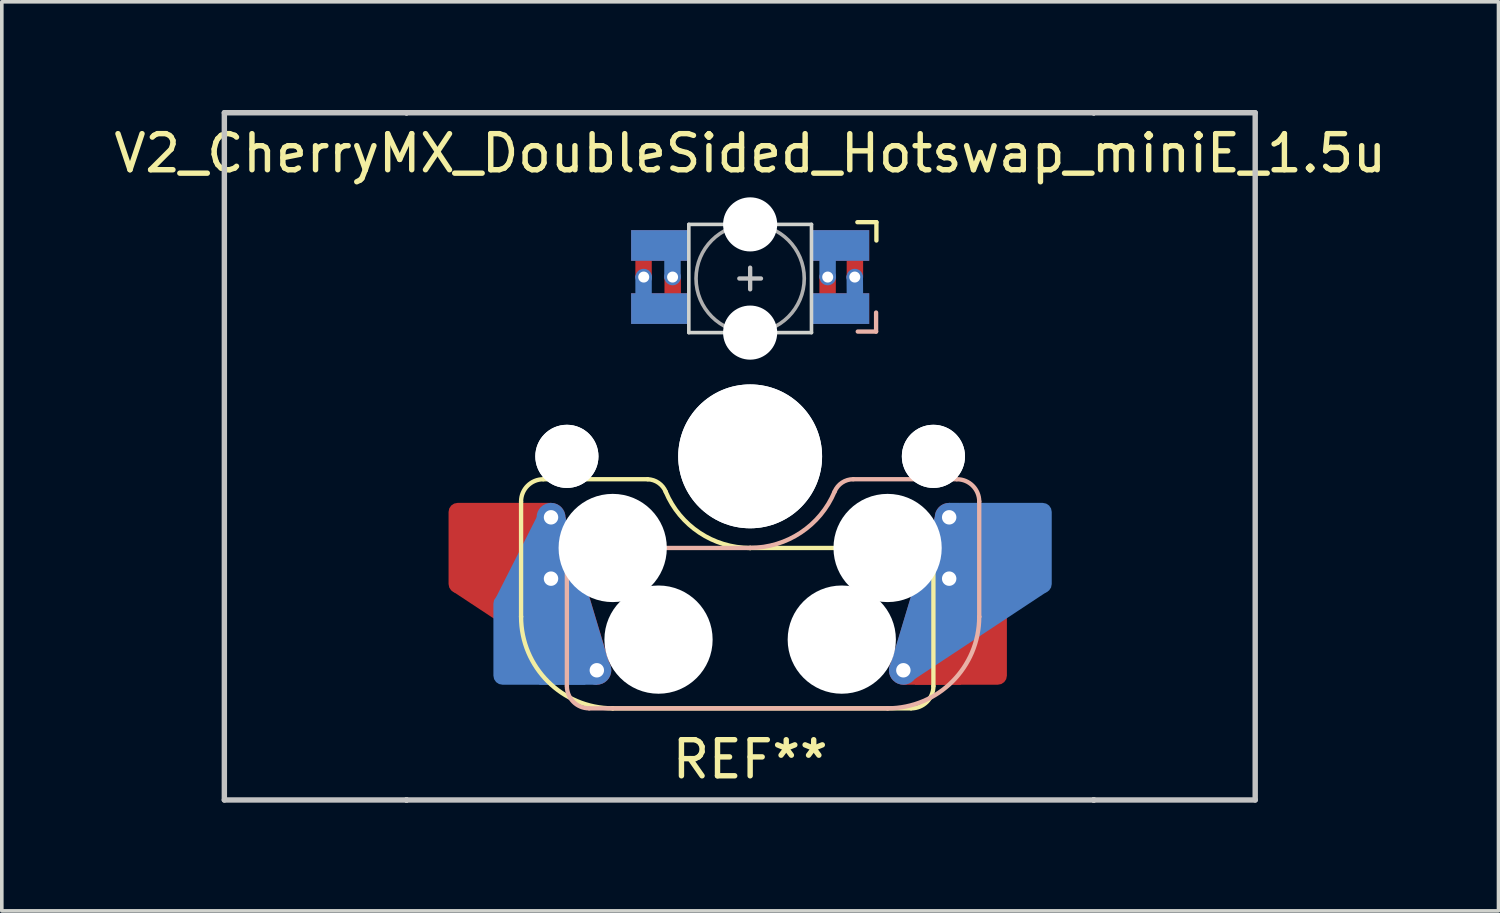
<source format=kicad_pcb>
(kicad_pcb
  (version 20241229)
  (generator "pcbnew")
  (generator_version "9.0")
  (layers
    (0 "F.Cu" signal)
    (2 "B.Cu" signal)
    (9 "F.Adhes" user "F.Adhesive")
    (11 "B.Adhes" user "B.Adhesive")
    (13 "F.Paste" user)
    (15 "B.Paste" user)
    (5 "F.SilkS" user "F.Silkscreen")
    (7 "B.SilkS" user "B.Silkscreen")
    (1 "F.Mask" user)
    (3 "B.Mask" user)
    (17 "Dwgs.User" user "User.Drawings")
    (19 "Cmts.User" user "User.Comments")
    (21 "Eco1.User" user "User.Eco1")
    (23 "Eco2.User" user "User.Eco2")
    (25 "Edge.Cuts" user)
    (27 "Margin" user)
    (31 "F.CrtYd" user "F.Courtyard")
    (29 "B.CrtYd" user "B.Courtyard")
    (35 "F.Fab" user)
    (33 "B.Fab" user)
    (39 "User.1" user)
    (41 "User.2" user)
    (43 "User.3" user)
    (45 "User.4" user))
  (footprint "V2_CherryMX_DoubleSided_Hotswap_miniE_1.5u"
    (layer "F.Cu")
    (at 17.744 9.6)
    (property "Reference" "V2_CherryMX_DoubleSided_Hotswap_miniE_1.5u" (at 0 -8.4 180) (layer "F.SilkS") (effects (font (size 1 1) (thickness 0.15))))
    (attr through_hole)
    (fp_poly (pts (xy -5.81 1.29) (xy -5.52 1.29) (xy -5.12 1.69) (xy -3.9 5.74) (xy -4.57 6.17) (xy -8.25 3.74)) (stroke (width 0) (type solid)) (fill yes) (layer "F.Cu"))
    (fp_poly (pts (xy 3.937 6) (xy 4.247 6.33) (xy 5.839 6.33) (xy 7.037 3.9) (xy 5.917 1.69) (xy 5.117 1.69) (xy 3.847 5.93) (xy 3.947 6.01)) (stroke (width 0) (type solid)) (fill yes) (layer "F.Cu"))
    (fp_poly (pts (xy -3.25 -6.22) (xy -1.75 -6.22) (xy -1.75 -5.47) (xy -3.25 -5.47)) (stroke (width 0.1) (type solid)) (fill yes) (layer "F.Mask"))
    (fp_poly (pts (xy -3.25 -4.47) (xy -1.75 -4.47) (xy -1.75 -3.72) (xy -3.25 -3.72)) (stroke (width 0.1) (type solid)) (fill yes) (layer "F.Mask"))
    (fp_poly (pts (xy 1.75 -4.47) (xy 3.25 -4.47) (xy 3.25 -3.72) (xy 1.75 -3.72)) (stroke (width 0.1) (type solid)) (fill yes) (layer "F.Mask"))
    (fp_poly (pts (xy 1.75 -6.22) (xy 2.85 -6.22) (xy 3.25 -5.82) (xy 3.25 -5.47) (xy 1.75 -5.47)) (stroke (width 0.1) (type solid)) (fill yes) (layer "F.Mask"))
    (fp_poly (pts (xy 5.807 1.29) (xy 5.517 1.29) (xy 5.117 1.69) (xy 3.897 5.74) (xy 4.567 6.17) (xy 8.247 3.74)) (stroke (width 0) (type solid)) (fill yes) (layer "B.Cu"))
    (fp_poly (pts (xy -3.94 6) (xy -4.25 6.33) (xy -5.842 6.33) (xy -7.04 3.9) (xy -5.92 1.69) (xy -5.12 1.69) (xy -3.85 5.93) (xy -3.95 6.01)) (stroke (width 0) (type solid)) (fill yes) (layer "B.Cu"))
    (fp_poly (pts (xy -3.25 -6.22) (xy -1.75 -6.22) (xy -1.75 -5.47) (xy -3.25 -5.47)) (stroke (width 0.1) (type solid)) (fill yes) (layer "B.Mask"))
    (fp_poly (pts (xy -3.25 -4.47) (xy -1.75 -4.47) (xy -1.75 -3.72) (xy -3.25 -3.72)) (stroke (width 0.1) (type solid)) (fill yes) (layer "B.Mask"))
    (fp_poly (pts (xy 1.75 -6.22) (xy 3.25 -6.22) (xy 3.25 -5.47) (xy 1.75 -5.47)) (stroke (width 0.1) (type solid)) (fill yes) (layer "B.Mask"))
    (fp_poly (pts (xy 1.75 -4.47) (xy 3.25 -4.47) (xy 3.25 -4.145) (xy 2.85 -3.72) (xy 1.75 -3.72)) (stroke (width 0.1) (type solid)) (fill yes) (layer "B.Mask"))
    (fp_line (start -6.35 4.445) (end -6.35 1.26) (stroke (width 0.12) (type solid)) (layer "F.SilkS"))
    (fp_line (start -6.35 4.445) (end -6.35 4.445) (stroke (width 0.12) (type solid)) (layer "F.SilkS"))
    (fp_line (start -5.73 0.635) (end -2.84 0.635) (stroke (width 0.12) (type solid)) (layer "F.SilkS"))
    (fp_line (start -3.81 6.985) (end -3.81 6.985) (stroke (width 0.12) (type solid)) (layer "F.SilkS"))
    (fp_line (start -3.81 6.985) (end 4.46 6.985) (stroke (width 0.12) (type solid)) (layer "F.SilkS"))
    (fp_line (start 0 2.54) (end 0 2.54) (stroke (width 0.12) (type solid)) (layer "F.SilkS"))
    (fp_line (start 0 2.54) (end 5.08 2.54) (stroke (width 0.12) (type solid)) (layer "F.SilkS"))
    (fp_line (start 3.5 -6.491) (end 2.972 -6.491) (stroke (width 0.12) (type solid)) (layer "F.SilkS"))
    (fp_line (start 3.5 -5.983) (end 3.5 -6.491) (stroke (width 0.12) (type solid)) (layer "F.SilkS"))
    (fp_line (start 5.08 2.54) (end 5.08 2.54) (stroke (width 0.12) (type solid)) (layer "F.SilkS"))
    (fp_line (start 5.08 2.54) (end 5.08 2.54) (stroke (width 0.12) (type solid)) (layer "F.SilkS"))
    (fp_line (start 5.08 6.37) (end 5.08 2.54) (stroke (width 0.12) (type solid)) (layer "F.SilkS"))
    (fp_arc (start -6.35 1.25) (mid -6.169871 0.815129) (end -5.735 0.635) (stroke (width 0.12) (type default)) (layer "F.SilkS"))
    (fp_arc (start -3.81 6.985) (mid -5.606051 6.241051) (end -6.35 4.445) (stroke (width 0.12) (type solid)) (layer "F.SilkS"))
    (fp_arc (start -2.840072 0.635) (mid -2.539136 0.734321) (end -2.34 0.980845) (stroke (width 0.12) (type default)) (layer "F.SilkS"))
    (fp_arc (start 0 2.54) (mid -1.405309 2.1152) (end -2.34 0.983072) (stroke (width 0.12) (type solid)) (layer "F.SilkS"))
    (fp_arc (start 5.080129 6.37) (mid 4.900001 6.804881) (end 4.465129 6.985) (stroke (width 0.12) (type default)) (layer "F.SilkS"))
    (fp_line (start -5.08 2.54) (end -5.08 2.54) (stroke (width 0.12) (type solid)) (layer "B.SilkS"))
    (fp_line (start -5.08 2.54) (end -5.08 2.54) (stroke (width 0.12) (type solid)) (layer "B.SilkS"))
    (fp_line (start -5.08 6.36) (end -5.08 2.54) (stroke (width 0.12) (type solid)) (layer "B.SilkS"))
    (fp_line (start -4.46 6.985) (end 3.81 6.985) (stroke (width 0.12) (type solid)) (layer "B.SilkS"))
    (fp_line (start 0 2.54) (end -5.08 2.54) (stroke (width 0.12) (type solid)) (layer "B.SilkS"))
    (fp_line (start 0 2.54) (end 0 2.54) (stroke (width 0.12) (type solid)) (layer "B.SilkS"))
    (fp_line (start 2.86 0.635) (end 5.72 0.635) (stroke (width 0.12) (type solid)) (layer "B.SilkS"))
    (fp_line (start 2.983 -3.459) (end 3.491 -3.459) (stroke (width 0.12) (type solid)) (layer "B.SilkS"))
    (fp_line (start 3.491 -3.459) (end 3.491 -3.987) (stroke (width 0.12) (type solid)) (layer "B.SilkS"))
    (fp_line (start 3.81 6.985) (end 3.81 6.985) (stroke (width 0.12) (type solid)) (layer "B.SilkS"))
    (fp_line (start 6.35 1.25) (end 6.35 4.445) (stroke (width 0.12) (type solid)) (layer "B.SilkS"))
    (fp_line (start 6.35 4.445) (end 6.35 4.445) (stroke (width 0.12) (type solid)) (layer "B.SilkS"))
    (fp_arc (start -4.465 6.985) (mid -4.899871 6.804871) (end -5.08 6.37) (stroke (width 0.12) (type default)) (layer "B.SilkS"))
    (fp_arc (start 2.34 0.98) (mid 1.405313 2.11213) (end 0 2.536928) (stroke (width 0.12) (type solid)) (layer "B.SilkS"))
    (fp_arc (start 2.34 0.98) (mid 2.547383 0.727891) (end 2.859999 0.633863) (stroke (width 0.12) (type default)) (layer "B.SilkS"))
    (fp_arc (start 5.735129 0.635) (mid 6.169981 0.81514) (end 6.350129 1.25) (stroke (width 0.12) (type default)) (layer "B.SilkS"))
    (fp_arc (start 6.35 4.445) (mid 5.606051 6.241051) (end 3.81 6.985) (stroke (width 0.12) (type solid)) (layer "B.SilkS"))
    (fp_line (start -14.575 -9.525) (end 14 -9.525) (stroke (width 0.15) (type solid)) (layer "Dwgs.User"))
    (fp_line (start -14.575 9.525) (end -14.575 -9.525) (stroke (width 0.15) (type solid)) (layer "Dwgs.User"))
    (fp_line (start -9.525 -9.525) (end -9.525 -9.525) (stroke (width 0.15) (type solid)) (layer "Dwgs.User"))
    (fp_line (start -9.525 -9.525) (end -9.525 -9.525) (stroke (width 0.15) (type solid)) (layer "Dwgs.User"))
    (fp_line (start -9.525 -9.525) (end -9.525 -9.525) (stroke (width 0.15) (type solid)) (layer "Dwgs.User"))
    (fp_line (start -9.525 -9.525) (end -9.525 -9.525) (stroke (width 0.15) (type solid)) (layer "Dwgs.User"))
    (fp_line (start -9.525 9.525) (end -9.525 9.525) (stroke (width 0.15) (type solid)) (layer "Dwgs.User"))
    (fp_line (start -9.525 9.525) (end -9.525 9.525) (stroke (width 0.15) (type solid)) (layer "Dwgs.User"))
    (fp_line (start -9.525 9.525) (end -9.525 9.525) (stroke (width 0.15) (type solid)) (layer "Dwgs.User"))
    (fp_line (start -9.525 9.525) (end -9.525 9.525) (stroke (width 0.15) (type solid)) (layer "Dwgs.User"))
    (fp_line (start -0.3 -4.93) (end 0.3 -4.93) (stroke (width 0.12) (type solid)) (layer "Dwgs.User"))
    (fp_line (start 0 -4.63) (end 0 -5.23) (stroke (width 0.12) (type solid)) (layer "Dwgs.User"))
    (fp_line (start 9.525 -9.525) (end 9.525 -9.525) (stroke (width 0.15) (type solid)) (layer "Dwgs.User"))
    (fp_line (start 9.525 -9.525) (end 9.525 -9.525) (stroke (width 0.15) (type solid)) (layer "Dwgs.User"))
    (fp_line (start 9.525 -9.525) (end 9.525 -9.525) (stroke (width 0.15) (type solid)) (layer "Dwgs.User"))
    (fp_line (start 9.525 -9.525) (end 9.525 -9.525) (stroke (width 0.15) (type solid)) (layer "Dwgs.User"))
    (fp_line (start 9.525 9.525) (end 9.525 9.525) (stroke (width 0.15) (type solid)) (layer "Dwgs.User"))
    (fp_line (start 9.525 9.525) (end 9.525 9.525) (stroke (width 0.15) (type solid)) (layer "Dwgs.User"))
    (fp_line (start 9.525 9.525) (end 9.525 9.525) (stroke (width 0.15) (type solid)) (layer "Dwgs.User"))
    (fp_line (start 9.525 9.525) (end 9.525 9.525) (stroke (width 0.15) (type solid)) (layer "Dwgs.User"))
    (fp_line (start 14 -9.525) (end 14 9.525) (stroke (width 0.15) (type solid)) (layer "Dwgs.User"))
    (fp_line (start 14 9.525) (end -14.575 9.525) (stroke (width 0.15) (type solid)) (layer "Dwgs.User"))
    (fp_line (start -1.7 -6.43) (end -1.7 -3.43) (stroke (width 0.1) (type solid)) (layer "Edge.Cuts"))
    (fp_line (start 1.7 -6.43) (end -1.7 -6.43) (stroke (width 0.1) (type solid)) (layer "Edge.Cuts"))
    (fp_line (start 1.7 -3.43) (end -1.7 -3.43) (stroke (width 0.1) (type solid)) (layer "Edge.Cuts"))
    (fp_line (start 1.7 -3.43) (end 1.7 -6.43) (stroke (width 0.1) (type solid)) (layer "Edge.Cuts"))
    (fp_circle (center 0 -4.93) (end 0 -6.43) (stroke (width 0.1) (type solid)) (fill no) (layer "F.Fab"))
    (fp_line (start -9.525 9.525) (end -9.525 -9.525) (stroke (width 0.15) (type solid)) (layer "User.2"))
    (fp_line (start 9.525 -9.525) (end -9.525 -9.525) (stroke (width 0.15) (type solid)) (layer "User.2"))
    (fp_line (start 9.525 9.525) (end -9.525 9.525) (stroke (width 0.15) (type solid)) (layer "User.2"))
    (fp_line (start 9.525 9.525) (end 9.525 -9.525) (stroke (width 0.15) (type solid)) (layer "User.2"))
    (fp_text user "REF**" (at 0 8.4 0) (unlocked yes) (layer "F.SilkS") (effects (font (size 1 1) (thickness 0.15))))
    (pad "" np_thru_hole circle (at -5.08 0 180) (size 1.75 1.75) (drill 1.75) (layers "*.Cu" "*.Mask"))
    (pad "" np_thru_hole circle (at -5.08 0 180) (size 1.75 1.75) (drill 1.75) (layers "*.Cu" "*.Mask"))
    (pad "" np_thru_hole circle (at -3.81 2.54 180) (size 3 3) (drill 3) (layers "*.Cu" "*.Mask"))
    (pad "" np_thru_hole circle (at -2.54 5.08 180) (size 3 3) (drill 3) (layers "*.Cu" "*.Mask"))
    (pad "" np_thru_hole circle (at 0 -6.43 180) (size 1.5 1.5) (drill 1.5) (layers "*.Cu" "*.Mask"))
    (pad "" np_thru_hole circle (at 0 -3.43 180) (size 1.5 1.5) (drill 1.5) (layers "*.Cu" "*.Mask"))
    (pad "" np_thru_hole circle (at 0 0 180) (size 3.988 3.988) (drill 3.988) (layers "*.Cu" "*.Mask"))
    (pad "" np_thru_hole circle (at 0 0 180) (size 3.988 3.988) (drill 3.988) (layers "*.Cu" "*.Mask"))
    (pad "" np_thru_hole circle (at 2.54 5.08 180) (size 3 3) (drill 3) (layers "*.Cu" "*.Mask"))
    (pad "" np_thru_hole circle (at 3.81 2.54 180) (size 3 3) (drill 3) (layers "*.Cu" "*.Mask"))
    (pad "" np_thru_hole circle (at 5.08 0 180) (size 1.75 1.75) (drill 1.75) (layers "*.Cu" "*.Mask"))
    (pad "" np_thru_hole circle (at 5.08 0 180) (size 1.75 1.75) (drill 1.75) (layers "*.Cu" "*.Mask"))
    (pad "1" smd custom (at -2.5 -5.845) (size 1.6 0.85) (layers "B.Cu") (options (anchor rect)) (primitives (gr_poly (pts (xy 0.525 0.896) (xy 0.169 0.896) (xy 0.169 0.325) (xy 0.525 0.325)) (width 0.1) (fill yes))))
    (pad "1" smd custom (at -2.5 -4.095) (size 1.6 0.85) (layers "F.Cu") (options (anchor rect)) (primitives (gr_poly (pts (xy 0.531 -0.275) (xy 0.175 -0.275) (xy 0.175 -0.898) (xy 0.531 -0.898)) (width 0.1) (fill yes))))
    (pad "1" thru_hole circle (at -2.15 -4.97 180) (size 0.457 0.457) (drill 0.305) (layers "*.Cu"))
    (pad "2" thru_hole circle (at -2.95 -4.97 180) (size 0.457 0.457) (drill 0.305) (layers "*.Cu"))
    (pad "2" smd custom (at -2.5 -5.845 180) (size 1.6 0.85) (layers "F.Cu") (options (anchor rect)) (primitives (gr_poly (pts (xy 0.632 -0.296) (xy 0.277 -0.296) (xy 0.277 -0.869) (xy 0.632 -0.869)) (width 0.1) (fill yes))))
    (pad "2" smd custom (at -2.5 -4.095 180) (size 1.6 0.85) (layers "B.Cu") (options (anchor rect)) (primitives (gr_poly (pts (xy 0.632 0.888) (xy 0.277 0.888) (xy 0.277 0.325) (xy 0.632 0.325)) (width 0.1) (fill yes))))
    (pad "3" smd custom (at 2.5 -5.845 180) (size 1.6 0.85) (layers "F.Cu") (options (anchor rect)) (primitives (gr_poly (pts (xy -0.226 -0.354) (xy -0.582 -0.354) (xy -0.582 -0.887) (xy -0.226 -0.887)) (width 0.1) (fill yes))))
    (pad "3" smd custom (at 2.5 -4.095 180) (size 1.6 0.85) (layers "B.Cu") (options (anchor rect)) (primitives (gr_poly (pts (xy -0.222 0.888) (xy -0.578 0.888) (xy -0.582 0.325) (xy -0.226 0.325)) (width 0.1) (fill yes))))
    (pad "3" thru_hole circle (at 2.9 -4.97 180) (size 0.457 0.457) (drill 0.305) (layers "*.Cu"))
    (pad "4" thru_hole circle (at 2.15 -4.97 180) (size 0.457 0.457) (drill 0.305) (layers "*.Cu"))
    (pad "4" smd custom (at 2.5 -5.845) (size 1.6 0.85) (layers "B.Cu") (options (anchor rect)) (primitives (gr_poly (pts (xy -0.175 0.886) (xy -0.531 0.886) (xy -0.531 0.175) (xy -0.175 0.175)) (width 0.1) (fill yes))))
    (pad "4" smd custom (at 2.5 -4.095) (size 1.6 0.85) (layers "F.Cu") (options (anchor rect)) (primitives (gr_poly (pts (xy -0.175 -0.175) (xy -0.531 -0.178) (xy -0.531 -0.903) (xy -0.175 -0.906)) (width 0.1) (fill yes))))
    (pad "5" thru_hole circle (at 4.247 5.93 180) (size 0.8 0.8) (drill 0.4) (layers "*.Cu"))
    (pad "5" thru_hole circle (at 5.517 1.69 180) (size 0.8 0.8) (drill 0.4) (layers "*.Cu"))
    (pad "5" thru_hole circle (at 5.517 3.39 180) (size 0.8 0.8) (drill 0.4) (layers "*.Cu"))
    (pad "5" smd roundrect (at 5.842 5.08 180) (size 2.55 2.5) (layers "F.Cu" "F.Mask" "F.Paste") (roundrect_rratio 0.1) (chamfer_ratio 0) (chamfer top_right bottom_right))
    (pad "5" smd roundrect (at 7.085 2.54 180) (size 2.55 2.5) (layers "B.Cu" "B.Mask" "B.Paste") (roundrect_rratio 0.1) (chamfer_ratio 0) (chamfer top_right bottom_right))
    (pad "6" smd roundrect (at -7.085 2.54 180) (size 2.55 2.5) (layers "F.Cu" "F.Mask" "F.Paste") (roundrect_rratio 0.1) (chamfer_ratio 0) (chamfer top_left bottom_left))
    (pad "6" smd roundrect (at -5.842 5.08 180) (size 2.55 2.5) (layers "B.Cu" "B.Mask" "B.Paste") (roundrect_rratio 0.1) (chamfer_ratio 0) (chamfer top_left bottom_left))
    (pad "6" thru_hole circle (at -5.52 1.69 180) (size 0.8 0.8) (drill 0.4) (layers "*.Cu"))
    (pad "6" thru_hole circle (at -5.52 3.39 180) (size 0.8 0.8) (drill 0.4) (layers "*.Cu"))
    (pad "6" thru_hole circle (at -4.25 5.93 180) (size 0.8 0.8) (drill 0.4) (layers "*.Cu")))
  (gr_rect
    (start -3 -3)
    (end 38.488 22.2)
    (stroke (width 0.1) (type default))
    (fill no)
    (layer "Edge.Cuts")))
</source>
